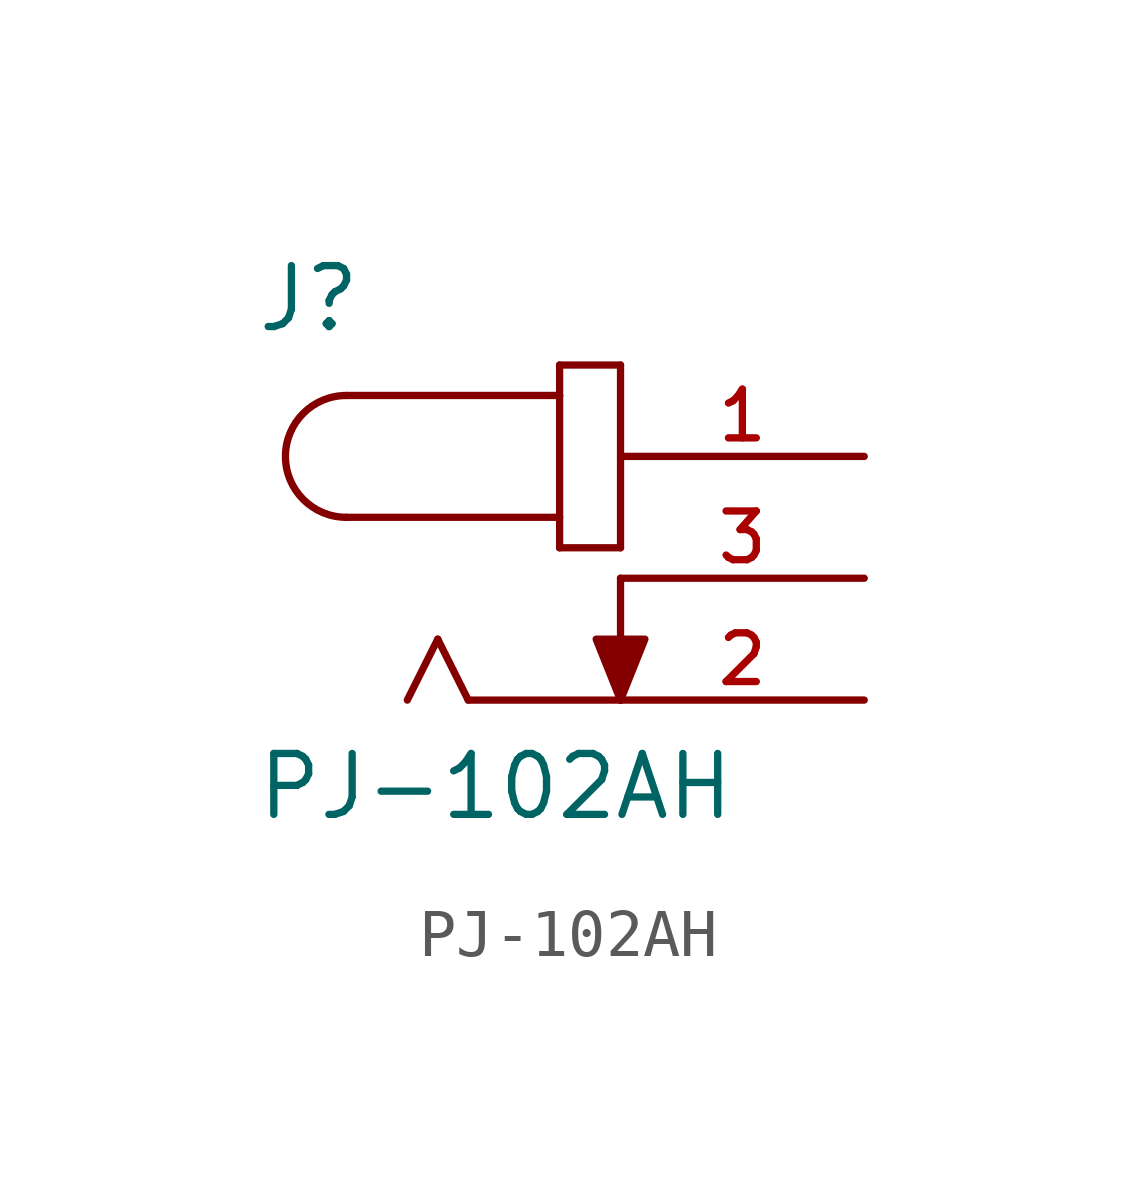
<source format=kicad_sym>
(kicad_symbol_lib
  (version 20211014)
  (generator kicad_symbol_editor)
  (symbol "PJ-102AH"
    (pin_names
      (offset 1.016))
    (property "Reference" "J"
      (at -7.626 5.084 0)
      (effects (font (size 1.27 1.27)) (justify bottom left)))
    (property "Value" "PJ-102AH"
      (at -7.63 -5.086 0)
      (effects (font (size 1.27 1.27)) (justify bottom left)))
    (symbol "PJ-102AH_0_0"
      (arc (start -5.715 3.81) (mid -6.985 2.54) (end -5.715 1.27) (stroke (width 0.1524) (type default) (color 0 0 0 0)) (fill (type none)))
      (polyline (pts (xy -5.715 3.81) (xy -1.27 3.81)) (stroke (width 0.152)))
      (polyline (pts (xy -1.27 3.81) (xy -1.27 1.27)) (stroke (width 0.152)))
      (polyline (pts (xy -1.27 1.27) (xy -5.715 1.27)) (stroke (width 0.152)))
      (polyline (pts (xy -1.27 1.27) (xy -1.27 0.635)) (stroke (width 0.152)))
      (polyline (pts (xy -1.27 0.635) (xy 0.0 0.635)) (stroke (width 0.152)))
      (polyline (pts (xy 0.0 0.635) (xy 0.0 4.445)) (stroke (width 0.152)))
      (polyline (pts (xy 0.0 4.445) (xy -1.27 4.445)) (stroke (width 0.152)))
      (polyline (pts (xy -1.27 4.445) (xy -1.27 3.81)) (stroke (width 0.152)))
      (polyline (pts (xy 0.0 -2.54) (xy -3.175 -2.54)) (stroke (width 0.152)))
      (polyline (pts (xy -3.175 -2.54) (xy -3.81 -1.27)) (stroke (width 0.152)))
      (polyline (pts (xy -3.81 -1.27) (xy -4.445 -2.54)) (stroke (width 0.152)))
      (polyline (pts (xy 0.0 0.0) (xy 0.0 -2.54)) (stroke (width 0.152)))
      (polyline (pts (xy 0.0 -2.54) (xy -0.508 -1.27) (xy 0.508 -1.27) (xy 0.0 -2.54)) (stroke (width 0.152)) (fill (type outline)))
      (pin passive line (at 5.08 2.54 180.0) (length 5.08) (name "~" (effects (font (size 1.016 1.016)))) (number "1" (effects (font (size 1.016 1.016)))))
      (pin passive line (at 5.08 0.0 180.0) (length 5.08) (name "~" (effects (font (size 1.016 1.016)))) (number "3" (effects (font (size 1.016 1.016)))))
      (pin passive line (at 5.08 -2.54 180.0) (length 5.08) (name "~" (effects (font (size 1.016 1.016)))) (number "2" (effects (font (size 1.016 1.016))))))))
</source>
